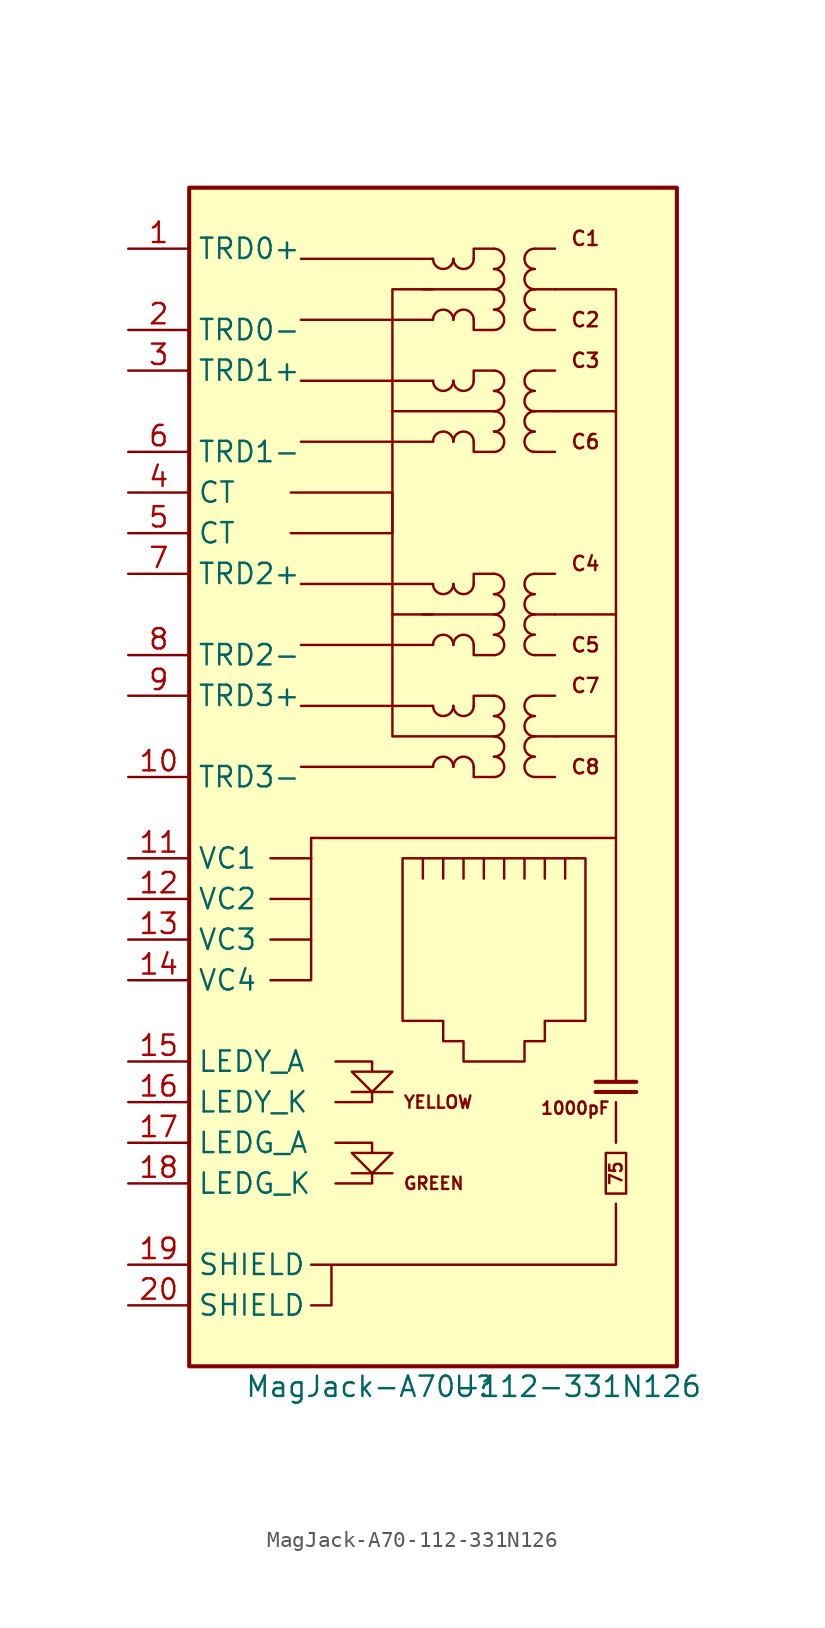
<source format=kicad_sym>
(kicad_symbol_lib
  (version 20241209)
  (generator "kicad_symbol_editor")
  (generator_version "9.0")
  (symbol "MagJack-A70-112-331N126"
    (property "Reference" "U"
      (at 0 0 0)
      (effects (font (size 1.27 1.27))))
    (property "Value" "MagJack-A70-112-331N126"
      (at 0 0 0)
      (effects (font (size 1.27 1.27))))
    (symbol "MagJack-A70-112-331N126_0_1"
      (polyline (pts (xy 1.27 60.96) (xy -5.08 60.96) (xy -5.08 68.58) (xy -2.54 68.58) (xy -5.08 68.58)) (stroke (width 0) (type default)) (fill (type none)))
      (polyline (pts (xy 1.27 40.64) (xy -5.08 40.64) (xy -5.08 48.26) (xy -2.54 48.26) (xy -5.08 48.26)) (stroke (width 0) (type default)) (fill (type none))))
    (symbol "MagJack-A70-112-331N126_1_1"
      (rectangle (start -17.78 1.27) (end 12.7 74.93) (stroke (width 0.254) (type default)) (fill (type background)))
      (polyline (pts (xy -12.7 33.02) (xy -10.16 33.02)) (stroke (width 0) (type default)) (fill (type none)))
      (polyline (pts (xy -12.7 30.48) (xy -10.16 30.48)) (stroke (width 0) (type default)) (fill (type none)))
      (polyline (pts (xy -12.7 27.94) (xy -10.16 27.94)) (stroke (width 0) (type default)) (fill (type none)))
      (polyline (pts (xy -11.43 53.34) (xy -5.08 53.34) (xy -5.08 55.88) (xy -11.43 55.88)) (stroke (width 0) (type default)) (fill (type none)))
      (polyline (pts (xy -10.16 34.29) (xy 8.89 34.29) (xy 8.89 68.58) (xy 5.08 68.58)) (stroke (width 0) (type default)) (fill (type none)))
      (polyline (pts (xy -10.16 33.02) (xy -10.16 34.29)) (stroke (width 0) (type default)) (fill (type none)))
      (polyline (pts (xy -10.16 33.02) (xy -10.16 25.4) (xy -12.7 25.4)) (stroke (width 0) (type default)) (fill (type none)))
      (polyline (pts (xy -10.16 5.08) (xy -8.89 5.08) (xy -8.89 7.62) (xy -10.16 7.62) (xy -8.89 7.62) (xy 8.89 7.62) (xy 8.89 11.43)) (stroke (width 0) (type default)) (fill (type none)))
      (polyline (pts (xy -8.636 20.32) (xy -6.35 20.32) (xy -6.35 19.685)) (stroke (width 0) (type default)) (fill (type none)))
      (polyline (pts (xy -8.636 15.24) (xy -6.35 15.24) (xy -6.35 14.605)) (stroke (width 0) (type default)) (fill (type none)))
      (polyline (pts (xy -8.636 12.7) (xy -6.35 12.7) (xy -6.35 13.335)) (stroke (width 0) (type default)) (fill (type none)))
      (polyline (pts (xy -7.62 19.685) (xy -5.08 19.685) (xy -6.35 18.415) (xy -7.62 19.685)) (stroke (width 0) (type default)) (fill (type none)))
      (polyline (pts (xy -6.35 18.415) (xy -6.35 17.78) (xy -8.636 17.78)) (stroke (width 0) (type default)) (fill (type none)))
      (polyline (pts (xy -5.08 48.26) (xy -5.08 60.96)) (stroke (width 0) (type default)) (fill (type none)))
      (polyline (pts (xy -5.08 18.415) (xy -7.62 18.415)) (stroke (width 0) (type default)) (fill (type none)))
      (polyline (pts (xy -5.08 14.605) (xy -7.62 14.605) (xy -6.35 13.335) (xy -5.08 14.605)) (stroke (width 0) (type default)) (fill (type none)))
      (polyline (pts (xy -5.08 13.335) (xy -7.62 13.335)) (stroke (width 0) (type default)) (fill (type none)))
      (polyline (pts (xy -4.445 33.02) (xy 6.985 33.02) (xy 6.985 22.86) (xy 4.445 22.86) (xy 4.445 21.59) (xy 3.175 21.59) (xy 3.175 20.32) (xy -0.635 20.32) (xy -0.635 21.59) (xy -1.905 21.59) (xy -1.905 22.86) (xy -4.445 22.86) (xy -4.445 33.02)) (stroke (width 0) (type default)) (fill (type none)))
      (polyline (pts (xy -3.175 68.58) (xy 1.27 68.58)) (stroke (width 0) (type default)) (fill (type none)))
      (polyline (pts (xy -3.175 48.26) (xy 1.27 48.26)) (stroke (width 0) (type default)) (fill (type none)))
      (polyline (pts (xy -3.175 31.75) (xy -3.175 33.02)) (stroke (width 0) (type default)) (fill (type none)))
      (polyline (pts (xy -2.54 70.485) (xy -10.795 70.485)) (stroke (width 0) (type default)) (fill (type none)))
      (polyline (pts (xy -2.54 66.675) (xy -10.795 66.675)) (stroke (width 0) (type default)) (fill (type none)))
      (polyline (pts (xy -2.54 62.865) (xy -10.795 62.865)) (stroke (width 0) (type default)) (fill (type none)))
      (polyline (pts (xy -2.54 59.055) (xy -10.795 59.055)) (stroke (width 0) (type default)) (fill (type none)))
      (polyline (pts (xy -2.54 50.165) (xy -10.795 50.165)) (stroke (width 0) (type default)) (fill (type none)))
      (polyline (pts (xy -2.54 46.355) (xy -10.795 46.355)) (stroke (width 0) (type default)) (fill (type none)))
      (polyline (pts (xy -2.54 42.545) (xy -10.795 42.545)) (stroke (width 0) (type default)) (fill (type none)))
      (polyline (pts (xy -2.54 38.735) (xy -10.795 38.735)) (stroke (width 0) (type default)) (fill (type none)))
      (arc (start -1.27 70.485) (mid -1.905 69.8527) (end -2.54 70.485) (stroke (width 0) (type default)) (fill (type none)))
      (arc (start -2.54 66.675) (mid -1.905 67.3073) (end -1.27 66.675) (stroke (width 0) (type default)) (fill (type none)))
      (arc (start -1.27 62.865) (mid -1.905 62.2327) (end -2.54 62.865) (stroke (width 0) (type default)) (fill (type none)))
      (arc (start -2.54 59.055) (mid -1.905 59.6873) (end -1.27 59.055) (stroke (width 0) (type default)) (fill (type none)))
      (arc (start -1.27 50.165) (mid -1.905 49.5327) (end -2.54 50.165) (stroke (width 0) (type default)) (fill (type none)))
      (arc (start -2.54 46.355) (mid -1.905 46.9873) (end -1.27 46.355) (stroke (width 0) (type default)) (fill (type none)))
      (arc (start -1.27 42.545) (mid -1.905 41.9127) (end -2.54 42.545) (stroke (width 0) (type default)) (fill (type none)))
      (arc (start -2.54 38.735) (mid -1.905 39.3673) (end -1.27 38.735) (stroke (width 0) (type default)) (fill (type none)))
      (polyline (pts (xy -1.905 33.02) (xy -1.905 31.75)) (stroke (width 0) (type default)) (fill (type none)))
      (arc (start 0 70.485) (mid -0.635 69.8527) (end -1.27 70.485) (stroke (width 0) (type default)) (fill (type none)))
      (arc (start -1.27 66.675) (mid -0.635 67.3073) (end 0 66.675) (stroke (width 0) (type default)) (fill (type none)))
      (arc (start 0 62.865) (mid -0.635 62.2327) (end -1.27 62.865) (stroke (width 0) (type default)) (fill (type none)))
      (arc (start -1.27 59.055) (mid -0.635 59.6873) (end 0 59.055) (stroke (width 0) (type default)) (fill (type none)))
      (arc (start 0 50.165) (mid -0.635 49.5327) (end -1.27 50.165) (stroke (width 0) (type default)) (fill (type none)))
      (arc (start -1.27 46.355) (mid -0.635 46.9873) (end 0 46.355) (stroke (width 0) (type default)) (fill (type none)))
      (arc (start 0 42.545) (mid -0.635 41.9127) (end -1.27 42.545) (stroke (width 0) (type default)) (fill (type none)))
      (arc (start -1.27 38.735) (mid -0.635 39.3673) (end 0 38.735) (stroke (width 0) (type default)) (fill (type none)))
      (polyline (pts (xy -0.635 33.02) (xy -0.635 31.75)) (stroke (width 0) (type default)) (fill (type none)))
      (polyline (pts (xy 0 66.675) (xy 0 66.04) (xy 1.27 66.04)) (stroke (width 0) (type default)) (fill (type none)))
      (polyline (pts (xy 0 59.055) (xy 0 58.42) (xy 1.27 58.42)) (stroke (width 0) (type default)) (fill (type none)))
      (polyline (pts (xy 0 46.355) (xy 0 45.72) (xy 1.27 45.72)) (stroke (width 0) (type default)) (fill (type none)))
      (polyline (pts (xy 0 38.735) (xy 0 38.1) (xy 1.27 38.1)) (stroke (width 0) (type default)) (fill (type none)))
      (polyline (pts (xy 0.635 33.02) (xy 0.635 31.75)) (stroke (width 0) (type default)) (fill (type none)))
      (arc (start 1.27 71.12) (mid 1.9023 70.485) (end 1.27 69.85) (stroke (width 0) (type default)) (fill (type none)))
      (arc (start 1.27 69.85) (mid 1.9023 69.215) (end 1.27 68.58) (stroke (width 0) (type default)) (fill (type none)))
      (arc (start 1.27 68.58) (mid 1.9023 67.945) (end 1.27 67.31) (stroke (width 0) (type default)) (fill (type none)))
      (arc (start 1.27 67.31) (mid 1.9023 66.675) (end 1.27 66.04) (stroke (width 0) (type default)) (fill (type none)))
      (arc (start 1.27 63.5) (mid 1.9023 62.865) (end 1.27 62.23) (stroke (width 0) (type default)) (fill (type none)))
      (arc (start 1.27 62.23) (mid 1.9023 61.595) (end 1.27 60.96) (stroke (width 0) (type default)) (fill (type none)))
      (arc (start 1.27 60.96) (mid 1.9023 60.325) (end 1.27 59.69) (stroke (width 0) (type default)) (fill (type none)))
      (arc (start 1.27 59.69) (mid 1.9023 59.055) (end 1.27 58.42) (stroke (width 0) (type default)) (fill (type none)))
      (arc (start 1.27 50.8) (mid 1.9023 50.165) (end 1.27 49.53) (stroke (width 0) (type default)) (fill (type none)))
      (arc (start 1.27 49.53) (mid 1.9023 48.895) (end 1.27 48.26) (stroke (width 0) (type default)) (fill (type none)))
      (arc (start 1.27 48.26) (mid 1.9023 47.625) (end 1.27 46.99) (stroke (width 0) (type default)) (fill (type none)))
      (arc (start 1.27 46.99) (mid 1.9023 46.355) (end 1.27 45.72) (stroke (width 0) (type default)) (fill (type none)))
      (arc (start 1.27 43.18) (mid 1.9023 42.545) (end 1.27 41.91) (stroke (width 0) (type default)) (fill (type none)))
      (arc (start 1.27 41.91) (mid 1.9023 41.275) (end 1.27 40.64) (stroke (width 0) (type default)) (fill (type none)))
      (arc (start 1.27 40.64) (mid 1.9023 40.005) (end 1.27 39.37) (stroke (width 0) (type default)) (fill (type none)))
      (arc (start 1.27 39.37) (mid 1.9023 38.735) (end 1.27 38.1) (stroke (width 0) (type default)) (fill (type none)))
      (polyline (pts (xy 1.27 71.12) (xy 0 71.12) (xy 0 70.485)) (stroke (width 0) (type default)) (fill (type none)))
      (polyline (pts (xy 1.27 63.5) (xy 0 63.5) (xy 0 62.865)) (stroke (width 0) (type default)) (fill (type none)))
      (polyline (pts (xy 1.27 50.8) (xy 0 50.8) (xy 0 50.165)) (stroke (width 0) (type default)) (fill (type none)))
      (polyline (pts (xy 1.27 43.18) (xy 0 43.18) (xy 0 42.545)) (stroke (width 0) (type default)) (fill (type none)))
      (polyline (pts (xy 1.905 33.02) (xy 1.905 31.75)) (stroke (width 0) (type default)) (fill (type none)))
      (polyline (pts (xy 3.175 33.02) (xy 3.175 31.75)) (stroke (width 0) (type default)) (fill (type none)))
      (polyline (pts (xy 3.81 71.12) (xy 5.08 71.12)) (stroke (width 0) (type default)) (fill (type none)))
      (polyline (pts (xy 3.81 68.58) (xy 5.08 68.58)) (stroke (width 0) (type default)) (fill (type none)))
      (polyline (pts (xy 3.81 66.04) (xy 5.08 66.04)) (stroke (width 0) (type default)) (fill (type none)))
      (polyline (pts (xy 3.81 63.5) (xy 5.08 63.5)) (stroke (width 0) (type default)) (fill (type none)))
      (polyline (pts (xy 3.81 60.96) (xy 5.08 60.96)) (stroke (width 0) (type default)) (fill (type none)))
      (polyline (pts (xy 3.81 58.42) (xy 5.08 58.42)) (stroke (width 0) (type default)) (fill (type none)))
      (polyline (pts (xy 3.81 50.8) (xy 5.08 50.8)) (stroke (width 0) (type default)) (fill (type none)))
      (polyline (pts (xy 3.81 48.26) (xy 5.08 48.26)) (stroke (width 0) (type default)) (fill (type none)))
      (polyline (pts (xy 3.81 45.72) (xy 5.08 45.72)) (stroke (width 0) (type default)) (fill (type none)))
      (polyline (pts (xy 3.81 43.18) (xy 5.08 43.18)) (stroke (width 0) (type default)) (fill (type none)))
      (polyline (pts (xy 3.81 40.64) (xy 5.08 40.64)) (stroke (width 0) (type default)) (fill (type none)))
      (polyline (pts (xy 3.81 38.1) (xy 5.08 38.1)) (stroke (width 0) (type default)) (fill (type none)))
      (arc (start 3.81 69.85) (mid 3.178 70.485) (end 3.81 71.12) (stroke (width 0) (type default)) (fill (type none)))
      (arc (start 3.81 68.58) (mid 3.178 69.215) (end 3.81 69.85) (stroke (width 0) (type default)) (fill (type none)))
      (arc (start 3.81 67.31) (mid 3.178 67.945) (end 3.81 68.58) (stroke (width 0) (type default)) (fill (type none)))
      (arc (start 3.81 66.04) (mid 3.178 66.675) (end 3.81 67.31) (stroke (width 0) (type default)) (fill (type none)))
      (arc (start 3.81 62.23) (mid 3.178 62.865) (end 3.81 63.5) (stroke (width 0) (type default)) (fill (type none)))
      (arc (start 3.81 60.96) (mid 3.178 61.595) (end 3.81 62.23) (stroke (width 0) (type default)) (fill (type none)))
      (arc (start 3.81 59.69) (mid 3.178 60.325) (end 3.81 60.96) (stroke (width 0) (type default)) (fill (type none)))
      (arc (start 3.81 58.42) (mid 3.178 59.055) (end 3.81 59.69) (stroke (width 0) (type default)) (fill (type none)))
      (arc (start 3.81 49.53) (mid 3.178 50.165) (end 3.81 50.8) (stroke (width 0) (type default)) (fill (type none)))
      (arc (start 3.81 48.26) (mid 3.178 48.895) (end 3.81 49.53) (stroke (width 0) (type default)) (fill (type none)))
      (arc (start 3.81 46.99) (mid 3.178 47.625) (end 3.81 48.26) (stroke (width 0) (type default)) (fill (type none)))
      (arc (start 3.81 45.72) (mid 3.178 46.355) (end 3.81 46.99) (stroke (width 0) (type default)) (fill (type none)))
      (arc (start 3.81 41.91) (mid 3.178 42.545) (end 3.81 43.18) (stroke (width 0) (type default)) (fill (type none)))
      (arc (start 3.81 40.64) (mid 3.178 41.275) (end 3.81 41.91) (stroke (width 0) (type default)) (fill (type none)))
      (arc (start 3.81 39.37) (mid 3.178 40.005) (end 3.81 40.64) (stroke (width 0) (type default)) (fill (type none)))
      (arc (start 3.81 38.1) (mid 3.178 38.735) (end 3.81 39.37) (stroke (width 0) (type default)) (fill (type none)))
      (polyline (pts (xy 4.445 31.75) (xy 4.445 33.02)) (stroke (width 0) (type default)) (fill (type none)))
      (polyline (pts (xy 5.08 60.96) (xy 8.89 60.96)) (stroke (width 0) (type default)) (fill (type none)))
      (polyline (pts (xy 5.08 48.26) (xy 8.89 48.26)) (stroke (width 0) (type default)) (fill (type none)))
      (polyline (pts (xy 5.08 40.64) (xy 8.89 40.64)) (stroke (width 0) (type default)) (fill (type none)))
      (polyline (pts (xy 5.715 31.75) (xy 5.715 33.02)) (stroke (width 0) (type default)) (fill (type none)))
      (polyline (pts (xy 7.62 19.05) (xy 10.16 19.05)) (stroke (width 0.254) (type default)) (fill (type none)))
      (polyline (pts (xy 7.62 18.415) (xy 10.16 18.415)) (stroke (width 0.254) (type default)) (fill (type none)))
      (polyline (pts (xy 8.89 19.05) (xy 8.89 34.29)) (stroke (width 0) (type default)) (fill (type none)))
      (polyline (pts (xy 8.89 15.24) (xy 8.89 17.78)) (stroke (width 0) (type default)) (fill (type none)))
      (rectangle (start 9.525 12.065) (end 8.255 14.605) (stroke (width 0) (type default)) (fill (type none)))
      (text "YELLOW" (at -4.445 17.78 0) (effects (font (size 0.762 0.762)) (justify left)))
      (text "GREEN" (at -4.445 12.7 0) (effects (font (size 0.762 0.762)) (justify left)))
      (text "1000pF" (at 6.35 17.399 0) (effects (font (size 0.762 0.762))))
      (text "C1" (at 6.985 71.755 0) (effects (font (size 0.889 0.889))))
      (text "C2" (at 6.985 66.675 0) (effects (font (size 0.889 0.889))))
      (text "C3" (at 6.985 64.135 0) (effects (font (size 0.889 0.889))))
      (text "C6" (at 6.985 59.055 0) (effects (font (size 0.889 0.889))))
      (text "C4" (at 6.985 51.435 0) (effects (font (size 0.889 0.889))))
      (text "C5" (at 6.985 46.355 0) (effects (font (size 0.889 0.889))))
      (text "C7" (at 6.985 43.815 0) (effects (font (size 0.889 0.889))))
      (text "C8" (at 6.985 38.735 0) (effects (font (size 0.889 0.889))))
      (text "75" (at 8.89 13.335 900) (effects (font (size 0.762 0.762))))
      (pin passive line (at -21.59 71.12 0) (length 3.81) (name "TRD0+" (effects (font (size 1.27 1.27)))) (number "1" (effects (font (size 1.27 1.27)))))
      (pin passive line (at -21.59 66.04 0) (length 3.81) (name "TRD0-" (effects (font (size 1.27 1.27)))) (number "2" (effects (font (size 1.27 1.27)))))
      (pin passive line (at -21.59 63.5 0) (length 3.81) (name "TRD1+" (effects (font (size 1.27 1.27)))) (number "3" (effects (font (size 1.27 1.27)))))
      (pin passive line (at -21.59 58.42 0) (length 3.81) (name "TRD1-" (effects (font (size 1.27 1.27)))) (number "6" (effects (font (size 1.27 1.27)))))
      (pin passive line (at -21.59 55.88 0) (length 3.81) (name "CT" (effects (font (size 1.27 1.27)))) (number "4" (effects (font (size 1.27 1.27)))))
      (pin passive line (at -21.59 53.34 0) (length 3.81) (name "CT" (effects (font (size 1.27 1.27)))) (number "5" (effects (font (size 1.27 1.27)))))
      (pin passive line (at -21.59 50.8 0) (length 3.81) (name "TRD2+" (effects (font (size 1.27 1.27)))) (number "7" (effects (font (size 1.27 1.27)))))
      (pin passive line (at -21.59 45.72 0) (length 3.81) (name "TRD2-" (effects (font (size 1.27 1.27)))) (number "8" (effects (font (size 1.27 1.27)))))
      (pin passive line (at -21.59 43.18 0) (length 3.81) (name "TRD3+" (effects (font (size 1.27 1.27)))) (number "9" (effects (font (size 1.27 1.27)))))
      (pin passive line (at -21.59 38.1 0) (length 3.81) (name "TRD3-" (effects (font (size 1.27 1.27)))) (number "10" (effects (font (size 1.27 1.27)))))
      (pin passive line (at -21.59 33.02 0) (length 3.81) (name "VC1" (effects (font (size 1.27 1.27)))) (number "11" (effects (font (size 1.27 1.27)))))
      (pin passive line (at -21.59 30.48 0) (length 3.81) (name "VC2" (effects (font (size 1.27 1.27)))) (number "12" (effects (font (size 1.27 1.27)))))
      (pin passive line (at -21.59 27.94 0) (length 3.81) (name "VC3" (effects (font (size 1.27 1.27)))) (number "13" (effects (font (size 1.27 1.27)))))
      (pin passive line (at -21.59 25.4 0) (length 3.81) (name "VC4" (effects (font (size 1.27 1.27)))) (number "14" (effects (font (size 1.27 1.27)))))
      (pin passive line (at -21.59 20.32 0) (length 3.81) (name "LEDY_A" (effects (font (size 1.27 1.27)))) (number "15" (effects (font (size 1.27 1.27)))))
      (pin passive line (at -21.59 17.78 0) (length 3.81) (name "LEDY_K" (effects (font (size 1.27 1.27)))) (number "16" (effects (font (size 1.27 1.27)))))
      (pin passive line (at -21.59 15.24 0) (length 3.81) (name "LEDG_A" (effects (font (size 1.27 1.27)))) (number "17" (effects (font (size 1.27 1.27)))))
      (pin passive line (at -21.59 12.7 0) (length 3.81) (name "LEDG_K" (effects (font (size 1.27 1.27)))) (number "18" (effects (font (size 1.27 1.27)))))
      (pin passive line (at -21.59 7.62 0) (length 3.81) (name "SHIELD" (effects (font (size 1.27 1.27)))) (number "19" (effects (font (size 1.27 1.27)))))
      (pin passive line (at -21.59 5.08 0) (length 3.81) (name "SHIELD" (effects (font (size 1.27 1.27)))) (number "20" (effects (font (size 1.27 1.27))))))))
</source>
